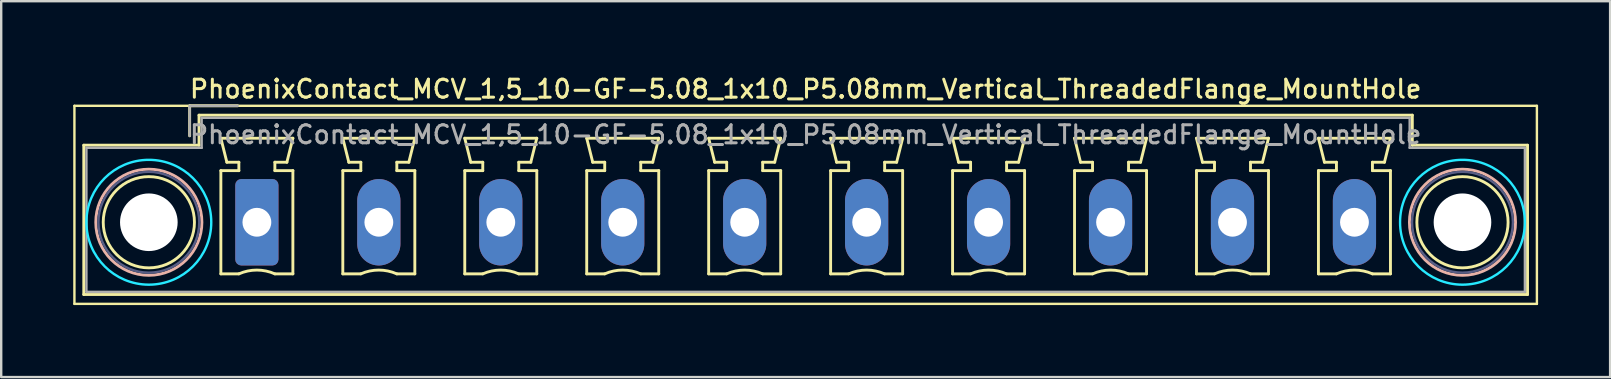
<source format=kicad_pcb>
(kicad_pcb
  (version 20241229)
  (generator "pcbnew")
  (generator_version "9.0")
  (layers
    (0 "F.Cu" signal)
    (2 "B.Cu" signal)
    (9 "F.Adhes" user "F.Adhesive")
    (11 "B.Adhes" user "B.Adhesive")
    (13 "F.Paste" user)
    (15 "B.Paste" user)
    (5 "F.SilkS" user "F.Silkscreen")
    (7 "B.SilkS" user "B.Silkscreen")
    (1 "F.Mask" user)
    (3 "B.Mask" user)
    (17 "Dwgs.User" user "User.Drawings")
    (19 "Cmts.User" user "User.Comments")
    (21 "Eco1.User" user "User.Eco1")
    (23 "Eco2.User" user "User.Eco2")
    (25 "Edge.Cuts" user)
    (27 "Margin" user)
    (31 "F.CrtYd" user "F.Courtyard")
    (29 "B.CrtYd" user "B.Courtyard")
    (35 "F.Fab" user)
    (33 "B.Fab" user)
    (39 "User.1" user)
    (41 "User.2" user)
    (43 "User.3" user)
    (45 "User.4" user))
  (footprint "PhoenixContact_MCV_1,5_10-GF-5.08_1x10_P5.08mm_Vertical_ThreadedFlange_MountHole"
    (layer "F.Cu")
    (at 7.65 6.208)
    (property "Reference" "PhoenixContact_MCV_1,5_10-GF-5.08_1x10_P5.08mm_Vertical_ThreadedFlange_MountHole" (at 22.86 -5.55 0) (layer "F.SilkS") (effects (font (size 0.75 0.75) (thickness 0.125))))
    (attr through_hole)
    (fp_line (start -7.6 -4.85) (end -7.6 3.4) (stroke (width 0.1) (type solid)) (layer "F.SilkS"))
    (fp_line (start -7.6 3.4) (end 53.32 3.4) (stroke (width 0.1) (type solid)) (layer "F.SilkS"))
    (fp_line (start -7.21 -3.21) (end -7.21 3.01) (stroke (width 0.12) (type solid)) (layer "F.SilkS"))
    (fp_line (start -7.21 3.01) (end 52.93 3.01) (stroke (width 0.12) (type solid)) (layer "F.SilkS"))
    (fp_line (start -2.8 -4.85) (end -0.8 -4.85) (stroke (width 0.12) (type solid)) (layer "F.SilkS"))
    (fp_line (start -2.8 -3.6) (end -2.8 -4.85) (stroke (width 0.12) (type solid)) (layer "F.SilkS"))
    (fp_line (start -2.41 -4.46) (end -2.41 -3.21) (stroke (width 0.12) (type solid)) (layer "F.SilkS"))
    (fp_line (start -2.41 -3.21) (end -7.21 -3.21) (stroke (width 0.12) (type solid)) (layer "F.SilkS"))
    (fp_line (start -1.5 -3.5) (end 1.5 -3.5) (stroke (width 0.12) (type solid)) (layer "F.SilkS"))
    (fp_line (start -1.5 -2.15) (end -0.75 -2.15) (stroke (width 0.12) (type solid)) (layer "F.SilkS"))
    (fp_line (start -1.5 2.15) (end -1.5 -2.15) (stroke (width 0.12) (type solid)) (layer "F.SilkS"))
    (fp_line (start -1.25 -2.5) (end -1.5 -3.5) (stroke (width 0.12) (type solid)) (layer "F.SilkS"))
    (fp_line (start -0.75 -2.5) (end -1.25 -2.5) (stroke (width 0.12) (type solid)) (layer "F.SilkS"))
    (fp_line (start -0.75 -2.15) (end -0.75 -2.5) (stroke (width 0.12) (type solid)) (layer "F.SilkS"))
    (fp_line (start -0.75 2.15) (end -1.5 2.15) (stroke (width 0.12) (type solid)) (layer "F.SilkS"))
    (fp_line (start 0.75 -2.5) (end 0.75 -2.15) (stroke (width 0.12) (type solid)) (layer "F.SilkS"))
    (fp_line (start 0.75 -2.15) (end 1.5 -2.15) (stroke (width 0.12) (type solid)) (layer "F.SilkS"))
    (fp_line (start 1.25 -2.5) (end 0.75 -2.5) (stroke (width 0.12) (type solid)) (layer "F.SilkS"))
    (fp_line (start 1.5 -3.5) (end 1.25 -2.5) (stroke (width 0.12) (type solid)) (layer "F.SilkS"))
    (fp_line (start 1.5 -2.15) (end 1.5 2.15) (stroke (width 0.12) (type solid)) (layer "F.SilkS"))
    (fp_line (start 1.5 2.15) (end 0.75 2.15) (stroke (width 0.12) (type solid)) (layer "F.SilkS"))
    (fp_line (start 3.58 -3.5) (end 6.58 -3.5) (stroke (width 0.12) (type solid)) (layer "F.SilkS"))
    (fp_line (start 3.58 -2.15) (end 4.33 -2.15) (stroke (width 0.12) (type solid)) (layer "F.SilkS"))
    (fp_line (start 3.58 2.15) (end 3.58 -2.15) (stroke (width 0.12) (type solid)) (layer "F.SilkS"))
    (fp_line (start 3.83 -2.5) (end 3.58 -3.5) (stroke (width 0.12) (type solid)) (layer "F.SilkS"))
    (fp_line (start 4.33 -2.5) (end 3.83 -2.5) (stroke (width 0.12) (type solid)) (layer "F.SilkS"))
    (fp_line (start 4.33 -2.15) (end 4.33 -2.5) (stroke (width 0.12) (type solid)) (layer "F.SilkS"))
    (fp_line (start 4.33 2.15) (end 3.58 2.15) (stroke (width 0.12) (type solid)) (layer "F.SilkS"))
    (fp_line (start 5.83 -2.5) (end 5.83 -2.15) (stroke (width 0.12) (type solid)) (layer "F.SilkS"))
    (fp_line (start 5.83 -2.15) (end 6.58 -2.15) (stroke (width 0.12) (type solid)) (layer "F.SilkS"))
    (fp_line (start 6.33 -2.5) (end 5.83 -2.5) (stroke (width 0.12) (type solid)) (layer "F.SilkS"))
    (fp_line (start 6.58 -3.5) (end 6.33 -2.5) (stroke (width 0.12) (type solid)) (layer "F.SilkS"))
    (fp_line (start 6.58 -2.15) (end 6.58 2.15) (stroke (width 0.12) (type solid)) (layer "F.SilkS"))
    (fp_line (start 6.58 2.15) (end 5.83 2.15) (stroke (width 0.12) (type solid)) (layer "F.SilkS"))
    (fp_line (start 8.66 -3.5) (end 11.66 -3.5) (stroke (width 0.12) (type solid)) (layer "F.SilkS"))
    (fp_line (start 8.66 -2.15) (end 9.41 -2.15) (stroke (width 0.12) (type solid)) (layer "F.SilkS"))
    (fp_line (start 8.66 2.15) (end 8.66 -2.15) (stroke (width 0.12) (type solid)) (layer "F.SilkS"))
    (fp_line (start 8.91 -2.5) (end 8.66 -3.5) (stroke (width 0.12) (type solid)) (layer "F.SilkS"))
    (fp_line (start 9.41 -2.5) (end 8.91 -2.5) (stroke (width 0.12) (type solid)) (layer "F.SilkS"))
    (fp_line (start 9.41 -2.15) (end 9.41 -2.5) (stroke (width 0.12) (type solid)) (layer "F.SilkS"))
    (fp_line (start 9.41 2.15) (end 8.66 2.15) (stroke (width 0.12) (type solid)) (layer "F.SilkS"))
    (fp_line (start 10.91 -2.5) (end 10.91 -2.15) (stroke (width 0.12) (type solid)) (layer "F.SilkS"))
    (fp_line (start 10.91 -2.15) (end 11.66 -2.15) (stroke (width 0.12) (type solid)) (layer "F.SilkS"))
    (fp_line (start 11.41 -2.5) (end 10.91 -2.5) (stroke (width 0.12) (type solid)) (layer "F.SilkS"))
    (fp_line (start 11.66 -3.5) (end 11.41 -2.5) (stroke (width 0.12) (type solid)) (layer "F.SilkS"))
    (fp_line (start 11.66 -2.15) (end 11.66 2.15) (stroke (width 0.12) (type solid)) (layer "F.SilkS"))
    (fp_line (start 11.66 2.15) (end 10.91 2.15) (stroke (width 0.12) (type solid)) (layer "F.SilkS"))
    (fp_line (start 13.74 -3.5) (end 16.74 -3.5) (stroke (width 0.12) (type solid)) (layer "F.SilkS"))
    (fp_line (start 13.74 -2.15) (end 14.49 -2.15) (stroke (width 0.12) (type solid)) (layer "F.SilkS"))
    (fp_line (start 13.74 2.15) (end 13.74 -2.15) (stroke (width 0.12) (type solid)) (layer "F.SilkS"))
    (fp_line (start 13.99 -2.5) (end 13.74 -3.5) (stroke (width 0.12) (type solid)) (layer "F.SilkS"))
    (fp_line (start 14.49 -2.5) (end 13.99 -2.5) (stroke (width 0.12) (type solid)) (layer "F.SilkS"))
    (fp_line (start 14.49 -2.15) (end 14.49 -2.5) (stroke (width 0.12) (type solid)) (layer "F.SilkS"))
    (fp_line (start 14.49 2.15) (end 13.74 2.15) (stroke (width 0.12) (type solid)) (layer "F.SilkS"))
    (fp_line (start 15.99 -2.5) (end 15.99 -2.15) (stroke (width 0.12) (type solid)) (layer "F.SilkS"))
    (fp_line (start 15.99 -2.15) (end 16.74 -2.15) (stroke (width 0.12) (type solid)) (layer "F.SilkS"))
    (fp_line (start 16.49 -2.5) (end 15.99 -2.5) (stroke (width 0.12) (type solid)) (layer "F.SilkS"))
    (fp_line (start 16.74 -3.5) (end 16.49 -2.5) (stroke (width 0.12) (type solid)) (layer "F.SilkS"))
    (fp_line (start 16.74 -2.15) (end 16.74 2.15) (stroke (width 0.12) (type solid)) (layer "F.SilkS"))
    (fp_line (start 16.74 2.15) (end 15.99 2.15) (stroke (width 0.12) (type solid)) (layer "F.SilkS"))
    (fp_line (start 18.82 -3.5) (end 21.82 -3.5) (stroke (width 0.12) (type solid)) (layer "F.SilkS"))
    (fp_line (start 18.82 -2.15) (end 19.57 -2.15) (stroke (width 0.12) (type solid)) (layer "F.SilkS"))
    (fp_line (start 18.82 2.15) (end 18.82 -2.15) (stroke (width 0.12) (type solid)) (layer "F.SilkS"))
    (fp_line (start 19.07 -2.5) (end 18.82 -3.5) (stroke (width 0.12) (type solid)) (layer "F.SilkS"))
    (fp_line (start 19.57 -2.5) (end 19.07 -2.5) (stroke (width 0.12) (type solid)) (layer "F.SilkS"))
    (fp_line (start 19.57 -2.15) (end 19.57 -2.5) (stroke (width 0.12) (type solid)) (layer "F.SilkS"))
    (fp_line (start 19.57 2.15) (end 18.82 2.15) (stroke (width 0.12) (type solid)) (layer "F.SilkS"))
    (fp_line (start 21.07 -2.5) (end 21.07 -2.15) (stroke (width 0.12) (type solid)) (layer "F.SilkS"))
    (fp_line (start 21.07 -2.15) (end 21.82 -2.15) (stroke (width 0.12) (type solid)) (layer "F.SilkS"))
    (fp_line (start 21.57 -2.5) (end 21.07 -2.5) (stroke (width 0.12) (type solid)) (layer "F.SilkS"))
    (fp_line (start 21.82 -3.5) (end 21.57 -2.5) (stroke (width 0.12) (type solid)) (layer "F.SilkS"))
    (fp_line (start 21.82 -2.15) (end 21.82 2.15) (stroke (width 0.12) (type solid)) (layer "F.SilkS"))
    (fp_line (start 21.82 2.15) (end 21.07 2.15) (stroke (width 0.12) (type solid)) (layer "F.SilkS"))
    (fp_line (start 23.9 -3.5) (end 26.9 -3.5) (stroke (width 0.12) (type solid)) (layer "F.SilkS"))
    (fp_line (start 23.9 -2.15) (end 24.65 -2.15) (stroke (width 0.12) (type solid)) (layer "F.SilkS"))
    (fp_line (start 23.9 2.15) (end 23.9 -2.15) (stroke (width 0.12) (type solid)) (layer "F.SilkS"))
    (fp_line (start 24.15 -2.5) (end 23.9 -3.5) (stroke (width 0.12) (type solid)) (layer "F.SilkS"))
    (fp_line (start 24.65 -2.5) (end 24.15 -2.5) (stroke (width 0.12) (type solid)) (layer "F.SilkS"))
    (fp_line (start 24.65 -2.15) (end 24.65 -2.5) (stroke (width 0.12) (type solid)) (layer "F.SilkS"))
    (fp_line (start 24.65 2.15) (end 23.9 2.15) (stroke (width 0.12) (type solid)) (layer "F.SilkS"))
    (fp_line (start 26.15 -2.5) (end 26.15 -2.15) (stroke (width 0.12) (type solid)) (layer "F.SilkS"))
    (fp_line (start 26.15 -2.15) (end 26.9 -2.15) (stroke (width 0.12) (type solid)) (layer "F.SilkS"))
    (fp_line (start 26.65 -2.5) (end 26.15 -2.5) (stroke (width 0.12) (type solid)) (layer "F.SilkS"))
    (fp_line (start 26.9 -3.5) (end 26.65 -2.5) (stroke (width 0.12) (type solid)) (layer "F.SilkS"))
    (fp_line (start 26.9 -2.15) (end 26.9 2.15) (stroke (width 0.12) (type solid)) (layer "F.SilkS"))
    (fp_line (start 26.9 2.15) (end 26.15 2.15) (stroke (width 0.12) (type solid)) (layer "F.SilkS"))
    (fp_line (start 28.98 -3.5) (end 31.98 -3.5) (stroke (width 0.12) (type solid)) (layer "F.SilkS"))
    (fp_line (start 28.98 -2.15) (end 29.73 -2.15) (stroke (width 0.12) (type solid)) (layer "F.SilkS"))
    (fp_line (start 28.98 2.15) (end 28.98 -2.15) (stroke (width 0.12) (type solid)) (layer "F.SilkS"))
    (fp_line (start 29.23 -2.5) (end 28.98 -3.5) (stroke (width 0.12) (type solid)) (layer "F.SilkS"))
    (fp_line (start 29.73 -2.5) (end 29.23 -2.5) (stroke (width 0.12) (type solid)) (layer "F.SilkS"))
    (fp_line (start 29.73 -2.15) (end 29.73 -2.5) (stroke (width 0.12) (type solid)) (layer "F.SilkS"))
    (fp_line (start 29.73 2.15) (end 28.98 2.15) (stroke (width 0.12) (type solid)) (layer "F.SilkS"))
    (fp_line (start 31.23 -2.5) (end 31.23 -2.15) (stroke (width 0.12) (type solid)) (layer "F.SilkS"))
    (fp_line (start 31.23 -2.15) (end 31.98 -2.15) (stroke (width 0.12) (type solid)) (layer "F.SilkS"))
    (fp_line (start 31.73 -2.5) (end 31.23 -2.5) (stroke (width 0.12) (type solid)) (layer "F.SilkS"))
    (fp_line (start 31.98 -3.5) (end 31.73 -2.5) (stroke (width 0.12) (type solid)) (layer "F.SilkS"))
    (fp_line (start 31.98 -2.15) (end 31.98 2.15) (stroke (width 0.12) (type solid)) (layer "F.SilkS"))
    (fp_line (start 31.98 2.15) (end 31.23 2.15) (stroke (width 0.12) (type solid)) (layer "F.SilkS"))
    (fp_line (start 34.06 -3.5) (end 37.06 -3.5) (stroke (width 0.12) (type solid)) (layer "F.SilkS"))
    (fp_line (start 34.06 -2.15) (end 34.81 -2.15) (stroke (width 0.12) (type solid)) (layer "F.SilkS"))
    (fp_line (start 34.06 2.15) (end 34.06 -2.15) (stroke (width 0.12) (type solid)) (layer "F.SilkS"))
    (fp_line (start 34.31 -2.5) (end 34.06 -3.5) (stroke (width 0.12) (type solid)) (layer "F.SilkS"))
    (fp_line (start 34.81 -2.5) (end 34.31 -2.5) (stroke (width 0.12) (type solid)) (layer "F.SilkS"))
    (fp_line (start 34.81 -2.15) (end 34.81 -2.5) (stroke (width 0.12) (type solid)) (layer "F.SilkS"))
    (fp_line (start 34.81 2.15) (end 34.06 2.15) (stroke (width 0.12) (type solid)) (layer "F.SilkS"))
    (fp_line (start 36.31 -2.5) (end 36.31 -2.15) (stroke (width 0.12) (type solid)) (layer "F.SilkS"))
    (fp_line (start 36.31 -2.15) (end 37.06 -2.15) (stroke (width 0.12) (type solid)) (layer "F.SilkS"))
    (fp_line (start 36.81 -2.5) (end 36.31 -2.5) (stroke (width 0.12) (type solid)) (layer "F.SilkS"))
    (fp_line (start 37.06 -3.5) (end 36.81 -2.5) (stroke (width 0.12) (type solid)) (layer "F.SilkS"))
    (fp_line (start 37.06 -2.15) (end 37.06 2.15) (stroke (width 0.12) (type solid)) (layer "F.SilkS"))
    (fp_line (start 37.06 2.15) (end 36.31 2.15) (stroke (width 0.12) (type solid)) (layer "F.SilkS"))
    (fp_line (start 39.14 -3.5) (end 42.14 -3.5) (stroke (width 0.12) (type solid)) (layer "F.SilkS"))
    (fp_line (start 39.14 -2.15) (end 39.89 -2.15) (stroke (width 0.12) (type solid)) (layer "F.SilkS"))
    (fp_line (start 39.14 2.15) (end 39.14 -2.15) (stroke (width 0.12) (type solid)) (layer "F.SilkS"))
    (fp_line (start 39.39 -2.5) (end 39.14 -3.5) (stroke (width 0.12) (type solid)) (layer "F.SilkS"))
    (fp_line (start 39.89 -2.5) (end 39.39 -2.5) (stroke (width 0.12) (type solid)) (layer "F.SilkS"))
    (fp_line (start 39.89 -2.15) (end 39.89 -2.5) (stroke (width 0.12) (type solid)) (layer "F.SilkS"))
    (fp_line (start 39.89 2.15) (end 39.14 2.15) (stroke (width 0.12) (type solid)) (layer "F.SilkS"))
    (fp_line (start 41.39 -2.5) (end 41.39 -2.15) (stroke (width 0.12) (type solid)) (layer "F.SilkS"))
    (fp_line (start 41.39 -2.15) (end 42.14 -2.15) (stroke (width 0.12) (type solid)) (layer "F.SilkS"))
    (fp_line (start 41.89 -2.5) (end 41.39 -2.5) (stroke (width 0.12) (type solid)) (layer "F.SilkS"))
    (fp_line (start 42.14 -3.5) (end 41.89 -2.5) (stroke (width 0.12) (type solid)) (layer "F.SilkS"))
    (fp_line (start 42.14 -2.15) (end 42.14 2.15) (stroke (width 0.12) (type solid)) (layer "F.SilkS"))
    (fp_line (start 42.14 2.15) (end 41.39 2.15) (stroke (width 0.12) (type solid)) (layer "F.SilkS"))
    (fp_line (start 44.22 -3.5) (end 47.22 -3.5) (stroke (width 0.12) (type solid)) (layer "F.SilkS"))
    (fp_line (start 44.22 -2.15) (end 44.97 -2.15) (stroke (width 0.12) (type solid)) (layer "F.SilkS"))
    (fp_line (start 44.22 2.15) (end 44.22 -2.15) (stroke (width 0.12) (type solid)) (layer "F.SilkS"))
    (fp_line (start 44.47 -2.5) (end 44.22 -3.5) (stroke (width 0.12) (type solid)) (layer "F.SilkS"))
    (fp_line (start 44.97 -2.5) (end 44.47 -2.5) (stroke (width 0.12) (type solid)) (layer "F.SilkS"))
    (fp_line (start 44.97 -2.15) (end 44.97 -2.5) (stroke (width 0.12) (type solid)) (layer "F.SilkS"))
    (fp_line (start 44.97 2.15) (end 44.22 2.15) (stroke (width 0.12) (type solid)) (layer "F.SilkS"))
    (fp_line (start 46.47 -2.5) (end 46.47 -2.15) (stroke (width 0.12) (type solid)) (layer "F.SilkS"))
    (fp_line (start 46.47 -2.15) (end 47.22 -2.15) (stroke (width 0.12) (type solid)) (layer "F.SilkS"))
    (fp_line (start 46.97 -2.5) (end 46.47 -2.5) (stroke (width 0.12) (type solid)) (layer "F.SilkS"))
    (fp_line (start 47.22 -3.5) (end 46.97 -2.5) (stroke (width 0.12) (type solid)) (layer "F.SilkS"))
    (fp_line (start 47.22 -2.15) (end 47.22 2.15) (stroke (width 0.12) (type solid)) (layer "F.SilkS"))
    (fp_line (start 47.22 2.15) (end 46.47 2.15) (stroke (width 0.12) (type solid)) (layer "F.SilkS"))
    (fp_line (start 48.13 -4.46) (end -2.41 -4.46) (stroke (width 0.12) (type solid)) (layer "F.SilkS"))
    (fp_line (start 48.13 -3.21) (end 48.13 -4.46) (stroke (width 0.12) (type solid)) (layer "F.SilkS"))
    (fp_line (start 52.93 -3.21) (end 48.13 -3.21) (stroke (width 0.12) (type solid)) (layer "F.SilkS"))
    (fp_line (start 52.93 3.01) (end 52.93 -3.21) (stroke (width 0.12) (type solid)) (layer "F.SilkS"))
    (fp_line (start 53.32 -4.85) (end -7.6 -4.85) (stroke (width 0.1) (type solid)) (layer "F.SilkS"))
    (fp_line (start 53.32 3.4) (end 53.32 -4.85) (stroke (width 0.1) (type solid)) (layer "F.SilkS"))
    (fp_arc (start -0.75 2.15) (mid -0.000193 1.99191) (end 0.749647 2.149844) (stroke (width 0.12) (type solid)) (layer "F.SilkS"))
    (fp_arc (start 4.33 2.15) (mid 5.079807 1.99191) (end 5.829647 2.149844) (stroke (width 0.12) (type solid)) (layer "F.SilkS"))
    (fp_arc (start 9.41 2.15) (mid 10.159807 1.99191) (end 10.909647 2.149844) (stroke (width 0.12) (type solid)) (layer "F.SilkS"))
    (fp_arc (start 14.49 2.15) (mid 15.239807 1.99191) (end 15.989647 2.149844) (stroke (width 0.12) (type solid)) (layer "F.SilkS"))
    (fp_arc (start 19.57 2.15) (mid 20.319807 1.99191) (end 21.069647 2.149844) (stroke (width 0.12) (type solid)) (layer "F.SilkS"))
    (fp_arc (start 24.65 2.15) (mid 25.399807 1.99191) (end 26.149647 2.149844) (stroke (width 0.12) (type solid)) (layer "F.SilkS"))
    (fp_arc (start 29.73 2.15) (mid 30.479807 1.99191) (end 31.229647 2.149844) (stroke (width 0.12) (type solid)) (layer "F.SilkS"))
    (fp_arc (start 34.81 2.15) (mid 35.559807 1.99191) (end 36.309647 2.149844) (stroke (width 0.12) (type solid)) (layer "F.SilkS"))
    (fp_arc (start 39.89 2.15) (mid 40.639807 1.99191) (end 41.389647 2.149844) (stroke (width 0.12) (type solid)) (layer "F.SilkS"))
    (fp_arc (start 44.97 2.15) (mid 45.719807 1.99191) (end 46.469647 2.149844) (stroke (width 0.12) (type solid)) (layer "F.SilkS"))
    (fp_circle (center -4.5 0) (end -2.6 0) (stroke (width 0.12) (type solid)) (fill no) (layer "F.SilkS"))
    (fp_circle (center 50.22 0) (end 52.12 0) (stroke (width 0.12) (type solid)) (fill no) (layer "F.SilkS"))
    (fp_circle (center -4.5 0) (end -2.29 0) (stroke (width 0.12) (type solid)) (fill no) (layer "B.SilkS"))
    (fp_circle (center 50.22 0) (end 52.43 0) (stroke (width 0.12) (type solid)) (fill no) (layer "B.SilkS"))
    (fp_circle (center -4.5 0) (end -1.9 0) (stroke (width 0.1) (type solid)) (fill no) (layer "B.CrtYd"))
    (fp_circle (center 50.22 0) (end 52.82 0) (stroke (width 0.1) (type solid)) (fill no) (layer "B.CrtYd"))
    (fp_circle (center -4.5 0) (end -2.4 0) (stroke (width 0.1) (type solid)) (fill no) (layer "B.Fab"))
    (fp_circle (center 50.22 0) (end 52.32 0) (stroke (width 0.1) (type solid)) (fill no) (layer "B.Fab"))
    (fp_line (start -7.1 -3.1) (end -7.1 2.9) (stroke (width 0.1) (type solid)) (layer "F.Fab"))
    (fp_line (start -7.1 2.9) (end 52.82 2.9) (stroke (width 0.1) (type solid)) (layer "F.Fab"))
    (fp_line (start -2.8 -4.85) (end -0.8 -4.85) (stroke (width 0.1) (type solid)) (layer "F.Fab"))
    (fp_line (start -2.8 -3.6) (end -2.8 -4.85) (stroke (width 0.1) (type solid)) (layer "F.Fab"))
    (fp_line (start -2.3 -4.35) (end -2.3 -3.1) (stroke (width 0.1) (type solid)) (layer "F.Fab"))
    (fp_line (start -2.3 -3.1) (end -7.1 -3.1) (stroke (width 0.1) (type solid)) (layer "F.Fab"))
    (fp_line (start 48.02 -4.35) (end -2.3 -4.35) (stroke (width 0.1) (type solid)) (layer "F.Fab"))
    (fp_line (start 48.02 -3.1) (end 48.02 -4.35) (stroke (width 0.1) (type solid)) (layer "F.Fab"))
    (fp_line (start 52.82 -3.1) (end 48.02 -3.1) (stroke (width 0.1) (type solid)) (layer "F.Fab"))
    (fp_line (start 52.82 2.9) (end 52.82 -3.1) (stroke (width 0.1) (type solid)) (layer "F.Fab"))
    (fp_text user "${REFERENCE}" (at 22.86 -3.65 0) (layer "F.Fab") (effects (font (size 0.75 0.75) (thickness 0.125))))
    (pad "" np_thru_hole circle (at -4.5 0) (size 2.4 2.4) (drill 2.4) (layers "*.Cu" "*.Mask"))
    (pad "" np_thru_hole circle (at 50.22 0) (size 2.4 2.4) (drill 2.4) (layers "*.Cu" "*.Mask"))
    (pad "1" thru_hole roundrect (at 0 0) (size 1.8 3.6) (drill 1.2) (layers "*.Cu" "*.Mask") (roundrect_rratio 0.139))
    (pad "2" thru_hole oval (at 5.08 0) (size 1.8 3.6) (drill 1.2) (layers "*.Cu" "*.Mask"))
    (pad "3" thru_hole oval (at 10.16 0) (size 1.8 3.6) (drill 1.2) (layers "*.Cu" "*.Mask"))
    (pad "4" thru_hole oval (at 15.24 0) (size 1.8 3.6) (drill 1.2) (layers "*.Cu" "*.Mask"))
    (pad "5" thru_hole oval (at 20.32 0) (size 1.8 3.6) (drill 1.2) (layers "*.Cu" "*.Mask"))
    (pad "6" thru_hole oval (at 25.4 0) (size 1.8 3.6) (drill 1.2) (layers "*.Cu" "*.Mask"))
    (pad "7" thru_hole oval (at 30.48 0) (size 1.8 3.6) (drill 1.2) (layers "*.Cu" "*.Mask"))
    (pad "8" thru_hole oval (at 35.56 0) (size 1.8 3.6) (drill 1.2) (layers "*.Cu" "*.Mask"))
    (pad "9" thru_hole oval (at 40.64 0) (size 1.8 3.6) (drill 1.2) (layers "*.Cu" "*.Mask"))
    (pad "10" thru_hole oval (at 45.72 0) (size 1.8 3.6) (drill 1.2) (layers "*.Cu" "*.Mask")))
  (gr_rect
    (start -3 -3)
    (end 64.02 12.658)
    (stroke (width 0.1) (type default))
    (fill no)
    (layer "Edge.Cuts")))
</source>
